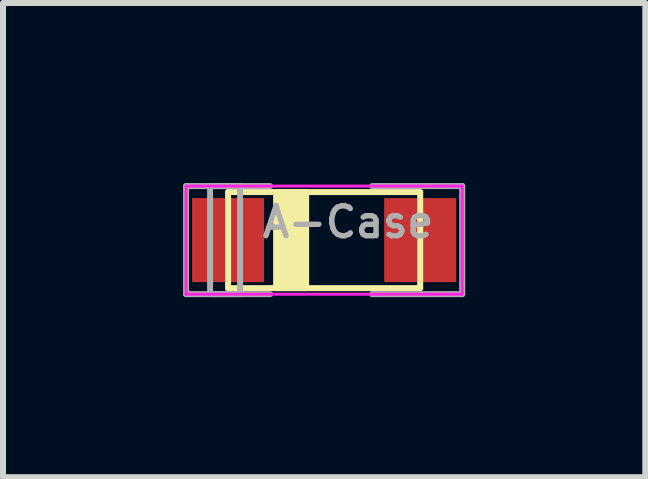
<source format=kicad_pcb>
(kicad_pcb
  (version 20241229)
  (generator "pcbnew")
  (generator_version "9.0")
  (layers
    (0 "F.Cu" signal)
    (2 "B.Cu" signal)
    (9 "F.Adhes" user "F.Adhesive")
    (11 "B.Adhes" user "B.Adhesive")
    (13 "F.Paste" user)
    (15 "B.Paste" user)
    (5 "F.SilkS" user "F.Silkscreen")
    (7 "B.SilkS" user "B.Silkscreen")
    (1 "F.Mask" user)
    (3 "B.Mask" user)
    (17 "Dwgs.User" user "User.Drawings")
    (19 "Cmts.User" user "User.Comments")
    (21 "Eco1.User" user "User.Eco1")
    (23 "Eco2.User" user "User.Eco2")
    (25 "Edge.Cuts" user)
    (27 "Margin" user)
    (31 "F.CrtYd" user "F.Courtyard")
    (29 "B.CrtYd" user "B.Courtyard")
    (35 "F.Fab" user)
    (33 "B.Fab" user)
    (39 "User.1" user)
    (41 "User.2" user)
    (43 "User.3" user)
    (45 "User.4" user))
  (footprint "A-Case"
    (layer "F.Cu")
    (at 2.35 0.95)
    (property "Reference" "A-Case" (at 0.4 -0.3 0) (layer "F.Fab") (effects (font (size 0.5 0.5) (thickness 0.09))))
    (attr smd)
    (fp_line (start -1.6 -0.8) (end 1.6 -0.8) (stroke (width 0.1) (type solid)) (layer "F.SilkS"))
    (fp_line (start -1.6 0.8) (end -1.6 -0.8) (stroke (width 0.1) (type solid)) (layer "F.SilkS"))
    (fp_line (start 1.6 -0.8) (end 1.6 0.8) (stroke (width 0.1) (type solid)) (layer "F.SilkS"))
    (fp_line (start 1.6 0.8) (end -1.6 0.8) (stroke (width 0.1) (type solid)) (layer "F.SilkS"))
    (fp_poly (pts (xy -0.8 -0.8) (xy -0.3 -0.8) (xy -0.3 0.8) (xy -0.8 0.8)) (stroke (width 0.1) (type solid)) (fill yes) (layer "F.SilkS"))
    (fp_line (start -2.3 -0.9) (end 2.3 -0.9) (stroke (width 0.05) (type solid)) (layer "F.CrtYd"))
    (fp_line (start -2.3 0.9) (end -2.3 -0.9) (stroke (width 0.05) (type solid)) (layer "F.CrtYd"))
    (fp_line (start 2.3 -0.9) (end 2.3 0.9) (stroke (width 0.05) (type solid)) (layer "F.CrtYd"))
    (fp_line (start 2.3 0.9) (end -2.3 0.9) (stroke (width 0.05) (type solid)) (layer "F.CrtYd"))
    (fp_line (start -2.3 -0.9) (end -2.3 0.9) (stroke (width 0.1) (type solid)) (layer "F.Fab"))
    (fp_line (start -2.3 0.9) (end -0.9 0.9) (stroke (width 0.1) (type solid)) (layer "F.Fab"))
    (fp_line (start -0.9 -0.9) (end -2.3 -0.9) (stroke (width 0.1) (type solid)) (layer "F.Fab"))
    (fp_line (start 0.8 -0.9) (end 2.3 -0.9) (stroke (width 0.1) (type solid)) (layer "F.Fab"))
    (fp_line (start 2.3 -0.9) (end 2.3 0.9) (stroke (width 0.1) (type solid)) (layer "F.Fab"))
    (fp_line (start 2.3 0.9) (end 0.8 0.9) (stroke (width 0.1) (type solid)) (layer "F.Fab"))
    (fp_poly (pts (xy -1.9 -0.9) (xy -1.9 0.9) (xy -1.4 0.9) (xy -1.4 -0.9)) (stroke (width 0.1) (type solid)) (fill no) (layer "F.Fab"))
    (pad "1" smd rect (at -1.6 0) (size 1.2 1.4) (layers "F.Cu" "F.Mask" "F.Paste"))
    (pad "2" smd rect (at 1.6 0) (size 1.2 1.4) (layers "F.Cu" "F.Mask" "F.Paste")))
  (gr_rect
    (start -3 -3)
    (end 7.7 4.9)
    (stroke (width 0.1) (type default))
    (fill no)
    (layer "Edge.Cuts")))
</source>
